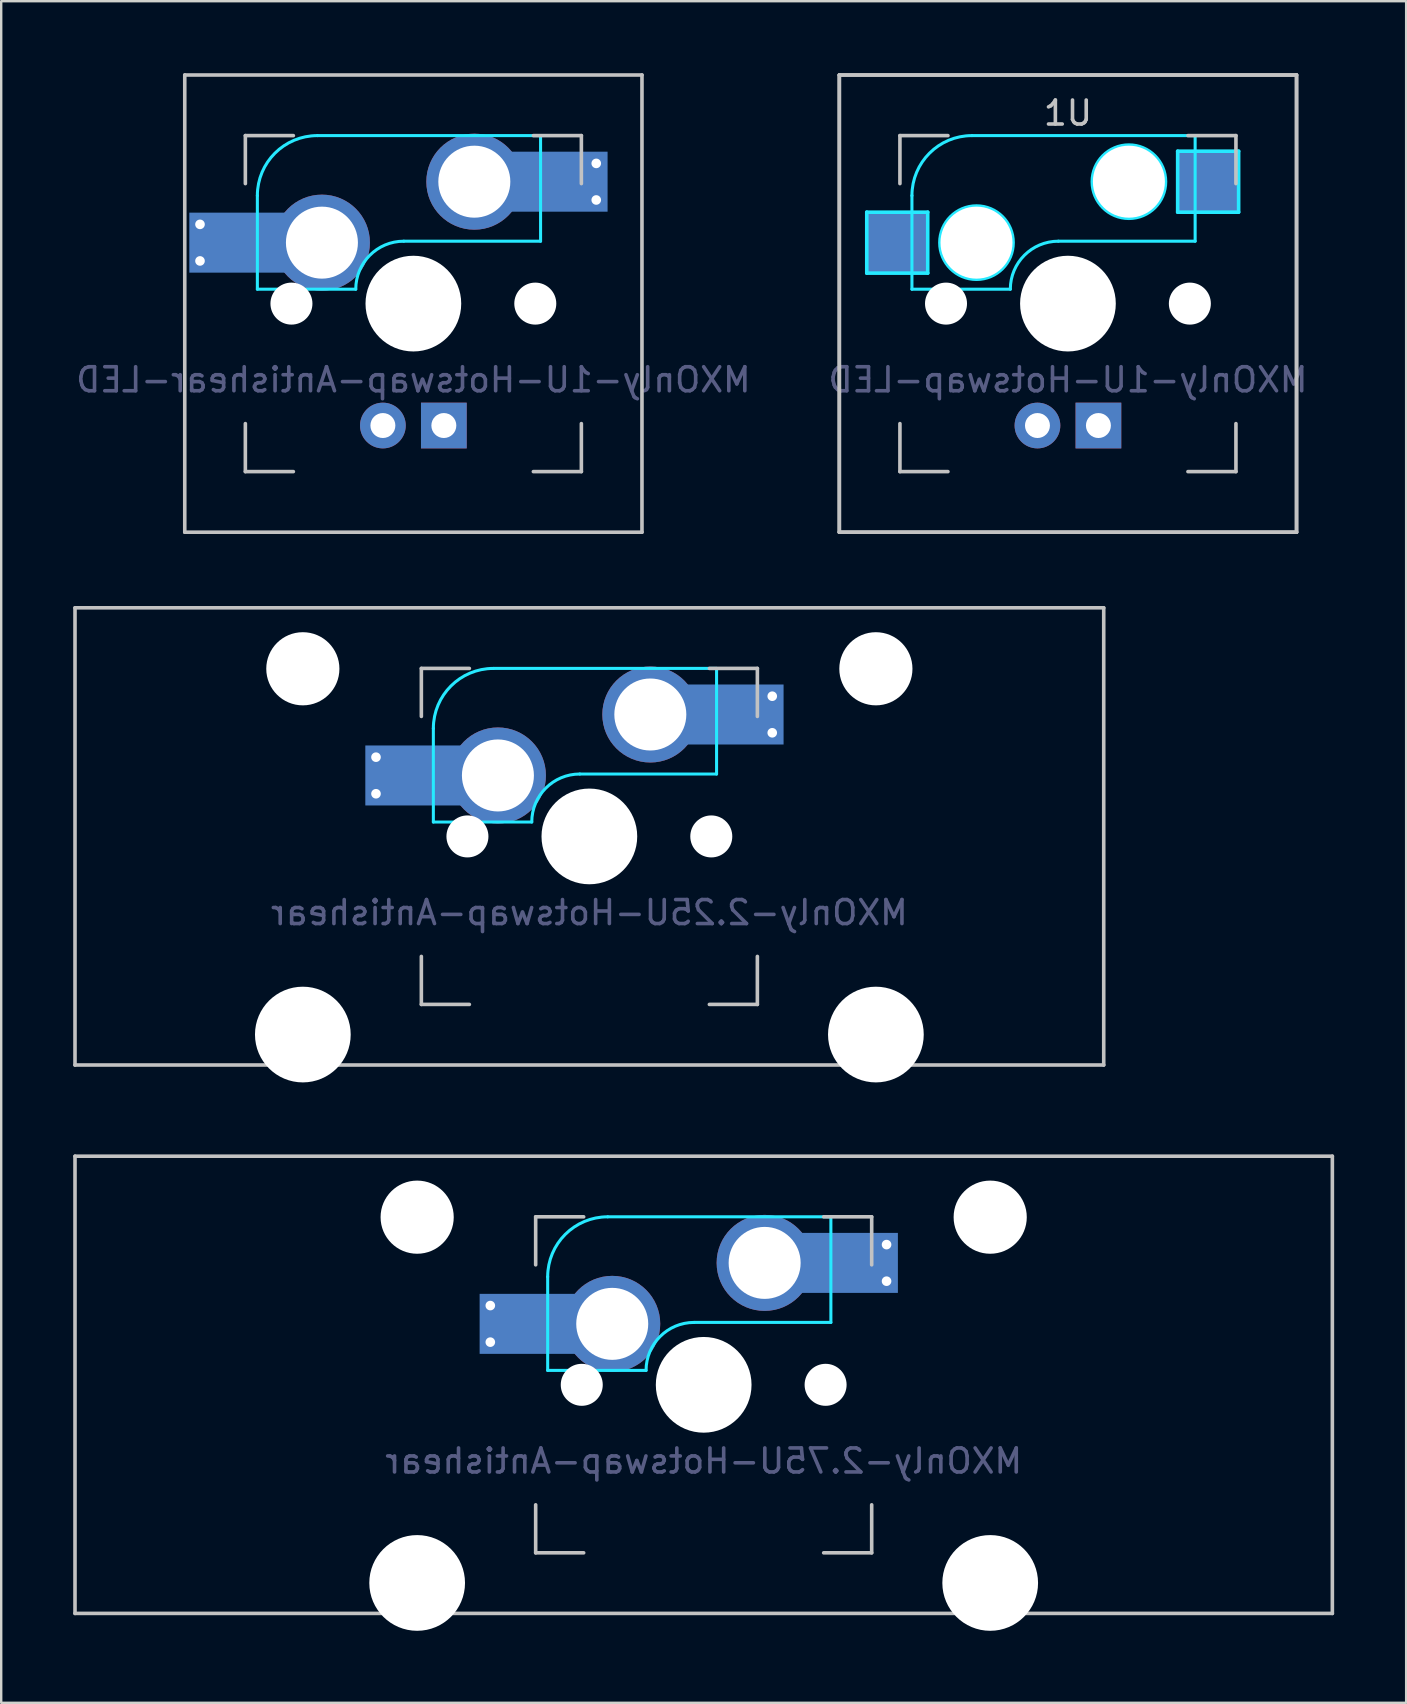
<source format=kicad_pcb>
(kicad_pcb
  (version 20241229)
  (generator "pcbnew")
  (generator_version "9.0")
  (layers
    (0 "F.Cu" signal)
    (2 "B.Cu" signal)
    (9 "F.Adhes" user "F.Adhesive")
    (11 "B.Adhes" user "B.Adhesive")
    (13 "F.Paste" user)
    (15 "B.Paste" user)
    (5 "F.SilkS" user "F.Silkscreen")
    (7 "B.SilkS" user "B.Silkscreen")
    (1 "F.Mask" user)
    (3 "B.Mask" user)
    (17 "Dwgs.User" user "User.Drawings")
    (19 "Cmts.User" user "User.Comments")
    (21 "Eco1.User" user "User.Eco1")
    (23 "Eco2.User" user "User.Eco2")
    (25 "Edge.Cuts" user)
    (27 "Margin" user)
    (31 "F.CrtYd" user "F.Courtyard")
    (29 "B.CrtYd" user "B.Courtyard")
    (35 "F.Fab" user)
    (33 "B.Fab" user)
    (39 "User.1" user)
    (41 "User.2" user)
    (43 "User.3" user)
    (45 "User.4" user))
  (footprint "MXOnly-2.75U-Hotswap-Antishear"
    (layer "F.Cu")
    (at 26.269 54.649)
    (property "Reference" "MXOnly-2.75U-Hotswap-Antishear" (at 0 3.175 0) (layer "B.Fab") (effects (font (size 1 1) (thickness 0.15)) (justify mirror)))
    (attr smd)
    (fp_line (start -26.194 -9.525) (end 26.194 -9.525) (stroke (width 0.15) (type solid)) (layer "Dwgs.User"))
    (fp_line (start -26.194 9.525) (end -26.194 -9.525) (stroke (width 0.15) (type solid)) (layer "Dwgs.User"))
    (fp_line (start -7 -7) (end -7 -5) (stroke (width 0.15) (type solid)) (layer "Dwgs.User"))
    (fp_line (start -7 5) (end -7 7) (stroke (width 0.15) (type solid)) (layer "Dwgs.User"))
    (fp_line (start -7 7) (end -5 7) (stroke (width 0.15) (type solid)) (layer "Dwgs.User"))
    (fp_line (start -5 -7) (end -7 -7) (stroke (width 0.15) (type solid)) (layer "Dwgs.User"))
    (fp_line (start 5 -7) (end 7 -7) (stroke (width 0.15) (type solid)) (layer "Dwgs.User"))
    (fp_line (start 5 7) (end 7 7) (stroke (width 0.15) (type solid)) (layer "Dwgs.User"))
    (fp_line (start 7 -7) (end 7 -5) (stroke (width 0.15) (type solid)) (layer "Dwgs.User"))
    (fp_line (start 7 7) (end 7 5) (stroke (width 0.15) (type solid)) (layer "Dwgs.User"))
    (fp_line (start 26.194 -9.525) (end 26.194 9.525) (stroke (width 0.15) (type solid)) (layer "Dwgs.User"))
    (fp_line (start 26.194 9.525) (end -26.194 9.525) (stroke (width 0.15) (type solid)) (layer "Dwgs.User"))
    (fp_line (start -6.5 -4.5) (end -6.5 -0.6) (stroke (width 0.127) (type solid)) (layer "B.CrtYd"))
    (fp_line (start -6.5 -0.6) (end -2.4 -0.6) (stroke (width 0.127) (type solid)) (layer "B.CrtYd"))
    (fp_line (start -0.4 -2.6) (end 5.3 -2.6) (stroke (width 0.127) (type solid)) (layer "B.CrtYd"))
    (fp_line (start 5.3 -7) (end -4 -7) (stroke (width 0.127) (type solid)) (layer "B.CrtYd"))
    (fp_line (start 5.3 -7) (end 5.3 -2.6) (stroke (width 0.127) (type solid)) (layer "B.CrtYd"))
    (fp_arc (start -6.5 -4.5) (mid -5.767767 -6.267767) (end -4 -7) (stroke (width 0.127) (type solid)) (layer "B.CrtYd"))
    (fp_arc (start -2.4 -0.6) (mid -1.814214 -2.014214) (end -0.4 -2.6) (stroke (width 0.127) (type solid)) (layer "B.CrtYd"))
    (pad "" np_thru_hole circle (at -11.938 -6.985) (size 3.048 3.048) (drill 3.048) (layers "*.Cu" "*.Mask"))
    (pad "" np_thru_hole circle (at -11.938 8.255) (size 3.988 3.988) (drill 3.988) (layers "*.Cu" "*.Mask"))
    (pad "" smd rect (at -7.085 -2.54) (size 2.55 2.5) (layers "B.Mask" "B.Paste"))
    (pad "" np_thru_hole circle (at -5.08 0 48.1) (size 1.75 1.75) (drill 1.75) (layers "*.Cu" "*.Mask"))
    (pad "" np_thru_hole circle (at 0 0) (size 3.988 3.988) (drill 3.988) (layers "*.Cu" "*.Mask"))
    (pad "" np_thru_hole circle (at 5.08 0 48.1) (size 1.75 1.75) (drill 1.75) (layers "*.Cu" "*.Mask"))
    (pad "" smd rect (at 5.815 -5.08) (size 2.55 2.5) (layers "B.Mask" "B.Paste"))
    (pad "" np_thru_hole circle (at 11.938 -6.985) (size 3.048 3.048) (drill 3.048) (layers "*.Cu" "*.Mask"))
    (pad "" np_thru_hole circle (at 11.938 8.255) (size 3.988 3.988) (drill 3.988) (layers "*.Cu" "*.Mask"))
    (pad "1" thru_hole circle (at -8.89 -3.302) (size 0.8 0.8) (drill 0.4) (layers "*.Cu"))
    (pad "1" thru_hole circle (at -8.89 -1.778) (size 0.8 0.8) (drill 0.4) (layers "*.Cu"))
    (pad "1" smd rect (at -7.085 -2.54) (size 4.5 2.5) (layers "B.Cu"))
    (pad "1" thru_hole circle (at -3.81 -2.54) (size 4 4) (drill 3) (layers "*.Cu"))
    (pad "2" thru_hole circle (at 2.54 -5.08) (size 4 4) (drill 3) (layers "*.Cu"))
    (pad "2" smd rect (at 5.842 -5.08) (size 4.5 2.5) (layers "B.Cu"))
    (pad "2" thru_hole circle (at 7.62 -5.842) (size 0.8 0.8) (drill 0.4) (layers "*.Cu"))
    (pad "2" thru_hole circle (at 7.62 -4.318) (size 0.8 0.8) (drill 0.4) (layers "*.Cu")))
  (footprint "MXOnly-1U-Hotswap-Antishear-LED"
    (layer "F.Cu")
    (at 14.173 9.6)
    (property "Reference" "MXOnly-1U-Hotswap-Antishear-LED" (at 0 3.175 0) (layer "B.Fab") (effects (font (size 1 1) (thickness 0.15)) (justify mirror)))
    (attr through_hole)
    (fp_line (start -9.525 -9.525) (end 9.525 -9.525) (stroke (width 0.15) (type solid)) (layer "Dwgs.User"))
    (fp_line (start -9.525 9.525) (end -9.525 -9.525) (stroke (width 0.15) (type solid)) (layer "Dwgs.User"))
    (fp_line (start -7 -7) (end -7 -5) (stroke (width 0.15) (type solid)) (layer "Dwgs.User"))
    (fp_line (start -7 5) (end -7 7) (stroke (width 0.15) (type solid)) (layer "Dwgs.User"))
    (fp_line (start -7 7) (end -5 7) (stroke (width 0.15) (type solid)) (layer "Dwgs.User"))
    (fp_line (start -5 -7) (end -7 -7) (stroke (width 0.15) (type solid)) (layer "Dwgs.User"))
    (fp_line (start 5 -7) (end 7 -7) (stroke (width 0.15) (type solid)) (layer "Dwgs.User"))
    (fp_line (start 5 7) (end 7 7) (stroke (width 0.15) (type solid)) (layer "Dwgs.User"))
    (fp_line (start 7 -7) (end 7 -5) (stroke (width 0.15) (type solid)) (layer "Dwgs.User"))
    (fp_line (start 7 7) (end 7 5) (stroke (width 0.15) (type solid)) (layer "Dwgs.User"))
    (fp_line (start 9.525 -9.525) (end 9.525 9.525) (stroke (width 0.15) (type solid)) (layer "Dwgs.User"))
    (fp_line (start 9.525 9.525) (end -9.525 9.525) (stroke (width 0.15) (type solid)) (layer "Dwgs.User"))
    (fp_line (start -6.5 -4.5) (end -6.5 -0.6) (stroke (width 0.127) (type solid)) (layer "B.CrtYd"))
    (fp_line (start -6.5 -0.6) (end -2.4 -0.6) (stroke (width 0.127) (type solid)) (layer "B.CrtYd"))
    (fp_line (start -0.4 -2.6) (end 5.3 -2.6) (stroke (width 0.127) (type solid)) (layer "B.CrtYd"))
    (fp_line (start 5.3 -7) (end -4 -7) (stroke (width 0.127) (type solid)) (layer "B.CrtYd"))
    (fp_line (start 5.3 -7) (end 5.3 -2.6) (stroke (width 0.127) (type solid)) (layer "B.CrtYd"))
    (fp_arc (start -6.5 -4.5) (mid -5.767767 -6.267767) (end -4 -7) (stroke (width 0.127) (type solid)) (layer "B.CrtYd"))
    (fp_arc (start -2.4 -0.6) (mid -1.814214 -2.014214) (end -0.4 -2.6) (stroke (width 0.127) (type solid)) (layer "B.CrtYd"))
    (pad "" smd rect (at -7.085 -2.54) (size 2.55 2.5) (layers "B.Mask" "B.Paste"))
    (pad "" np_thru_hole circle (at -5.08 0 48.1) (size 1.75 1.75) (drill 1.75) (layers "*.Cu" "*.Mask"))
    (pad "" np_thru_hole circle (at 0 0) (size 3.988 3.988) (drill 3.988) (layers "*.Cu" "*.Mask"))
    (pad "" np_thru_hole circle (at 5.08 0 48.1) (size 1.75 1.75) (drill 1.75) (layers "*.Cu" "*.Mask"))
    (pad "" smd rect (at 5.815 -5.08) (size 2.55 2.5) (layers "B.Mask" "B.Paste"))
    (pad "1" thru_hole circle (at -8.89 -3.302) (size 0.8 0.8) (drill 0.4) (layers "*.Cu"))
    (pad "1" thru_hole circle (at -8.89 -1.778) (size 0.8 0.8) (drill 0.4) (layers "*.Cu"))
    (pad "1" smd rect (at -7.085 -2.54) (size 4.5 2.5) (layers "B.Cu"))
    (pad "1" thru_hole circle (at -3.81 -2.54) (size 4 4) (drill 3) (layers "*.Cu"))
    (pad "2" thru_hole circle (at 2.54 -5.08) (size 4 4) (drill 3) (layers "*.Cu"))
    (pad "2" smd rect (at 5.842 -5.08) (size 4.5 2.5) (layers "B.Cu"))
    (pad "2" thru_hole circle (at 7.62 -5.842) (size 0.8 0.8) (drill 0.4) (layers "*.Cu"))
    (pad "2" thru_hole circle (at 7.62 -4.318) (size 0.8 0.8) (drill 0.4) (layers "*.Cu"))
    (pad "3" thru_hole circle (at -1.27 5.08) (size 1.905 1.905) (drill 1.04) (layers "*.Cu" "B.Mask"))
    (pad "4" thru_hole rect (at 1.27 5.08) (size 1.905 1.905) (drill 1.04) (layers "*.Cu" "B.Mask")))
  (footprint "MXOnly-2.25U-Hotswap-Antishear"
    (layer "F.Cu")
    (at 21.506 31.8)
    (property "Reference" "MXOnly-2.25U-Hotswap-Antishear" (at 0 3.175 0) (layer "B.Fab") (effects (font (size 1 1) (thickness 0.15)) (justify mirror)))
    (attr smd)
    (fp_line (start -21.431 -9.525) (end 21.431 -9.525) (stroke (width 0.15) (type solid)) (layer "Dwgs.User"))
    (fp_line (start -21.431 9.525) (end -21.431 -9.525) (stroke (width 0.15) (type solid)) (layer "Dwgs.User"))
    (fp_line (start -7 -7) (end -7 -5) (stroke (width 0.15) (type solid)) (layer "Dwgs.User"))
    (fp_line (start -7 5) (end -7 7) (stroke (width 0.15) (type solid)) (layer "Dwgs.User"))
    (fp_line (start -7 7) (end -5 7) (stroke (width 0.15) (type solid)) (layer "Dwgs.User"))
    (fp_line (start -5 -7) (end -7 -7) (stroke (width 0.15) (type solid)) (layer "Dwgs.User"))
    (fp_line (start 5 -7) (end 7 -7) (stroke (width 0.15) (type solid)) (layer "Dwgs.User"))
    (fp_line (start 5 7) (end 7 7) (stroke (width 0.15) (type solid)) (layer "Dwgs.User"))
    (fp_line (start 7 -7) (end 7 -5) (stroke (width 0.15) (type solid)) (layer "Dwgs.User"))
    (fp_line (start 7 7) (end 7 5) (stroke (width 0.15) (type solid)) (layer "Dwgs.User"))
    (fp_line (start 21.431 -9.525) (end 21.431 9.525) (stroke (width 0.15) (type solid)) (layer "Dwgs.User"))
    (fp_line (start 21.431 9.525) (end -21.431 9.525) (stroke (width 0.15) (type solid)) (layer "Dwgs.User"))
    (fp_line (start -6.5 -4.5) (end -6.5 -0.6) (stroke (width 0.127) (type solid)) (layer "B.CrtYd"))
    (fp_line (start -6.5 -0.6) (end -2.4 -0.6) (stroke (width 0.127) (type solid)) (layer "B.CrtYd"))
    (fp_line (start -0.4 -2.6) (end 5.3 -2.6) (stroke (width 0.127) (type solid)) (layer "B.CrtYd"))
    (fp_line (start 5.3 -7) (end -4 -7) (stroke (width 0.127) (type solid)) (layer "B.CrtYd"))
    (fp_line (start 5.3 -7) (end 5.3 -2.6) (stroke (width 0.127) (type solid)) (layer "B.CrtYd"))
    (fp_arc (start -6.5 -4.5) (mid -5.767767 -6.267767) (end -4 -7) (stroke (width 0.127) (type solid)) (layer "B.CrtYd"))
    (fp_arc (start -2.4 -0.6) (mid -1.814214 -2.014214) (end -0.4 -2.6) (stroke (width 0.127) (type solid)) (layer "B.CrtYd"))
    (pad "" np_thru_hole circle (at -11.938 -6.985) (size 3.048 3.048) (drill 3.048) (layers "*.Cu" "*.Mask"))
    (pad "" np_thru_hole circle (at -11.938 8.255) (size 3.988 3.988) (drill 3.988) (layers "*.Cu" "*.Mask"))
    (pad "" smd rect (at -7.085 -2.54) (size 2.55 2.5) (layers "B.Mask" "B.Paste"))
    (pad "" np_thru_hole circle (at -5.08 0 48.1) (size 1.75 1.75) (drill 1.75) (layers "*.Cu" "*.Mask"))
    (pad "" np_thru_hole circle (at 0 0) (size 3.988 3.988) (drill 3.988) (layers "*.Cu" "*.Mask"))
    (pad "" np_thru_hole circle (at 5.08 0 48.1) (size 1.75 1.75) (drill 1.75) (layers "*.Cu" "*.Mask"))
    (pad "" smd rect (at 5.815 -5.08) (size 2.55 2.5) (layers "B.Mask" "B.Paste"))
    (pad "" np_thru_hole circle (at 11.938 -6.985) (size 3.048 3.048) (drill 3.048) (layers "*.Cu" "*.Mask"))
    (pad "" np_thru_hole circle (at 11.938 8.255) (size 3.988 3.988) (drill 3.988) (layers "*.Cu" "*.Mask"))
    (pad "1" thru_hole circle (at -8.89 -3.302) (size 0.8 0.8) (drill 0.4) (layers "*.Cu"))
    (pad "1" thru_hole circle (at -8.89 -1.778) (size 0.8 0.8) (drill 0.4) (layers "*.Cu"))
    (pad "1" smd rect (at -7.085 -2.54) (size 4.5 2.5) (layers "B.Cu"))
    (pad "1" thru_hole circle (at -3.81 -2.54) (size 4 4) (drill 3) (layers "*.Cu"))
    (pad "2" thru_hole circle (at 2.54 -5.08) (size 4 4) (drill 3) (layers "*.Cu"))
    (pad "2" smd rect (at 5.842 -5.08) (size 4.5 2.5) (layers "B.Cu"))
    (pad "2" thru_hole circle (at 7.62 -5.842) (size 0.8 0.8) (drill 0.4) (layers "*.Cu"))
    (pad "2" thru_hole circle (at 7.62 -4.318) (size 0.8 0.8) (drill 0.4) (layers "*.Cu")))
  (footprint "MXOnly-1U-Hotswap-LED"
    (layer "F.Cu")
    (at 41.446 9.6)
    (property "Reference" "MXOnly-1U-Hotswap-LED" (at 0 3.175 0) (layer "B.Fab") (effects (font (size 1 1) (thickness 0.15)) (justify mirror)))
    (attr through_hole)
    (fp_line (start -9.525 -9.525) (end 9.525 -9.525) (stroke (width 0.15) (type solid)) (layer "Dwgs.User"))
    (fp_line (start -9.525 -9.525) (end 9.525 -9.525) (stroke (width 0.15) (type solid)) (layer "Dwgs.User"))
    (fp_line (start -9.525 9.525) (end -9.525 -9.525) (stroke (width 0.15) (type solid)) (layer "Dwgs.User"))
    (fp_line (start -9.525 9.525) (end -9.525 -9.525) (stroke (width 0.15) (type solid)) (layer "Dwgs.User"))
    (fp_line (start -7 -7) (end -7 -5) (stroke (width 0.15) (type solid)) (layer "Dwgs.User"))
    (fp_line (start -7 5) (end -7 7) (stroke (width 0.15) (type solid)) (layer "Dwgs.User"))
    (fp_line (start -7 7) (end -5 7) (stroke (width 0.15) (type solid)) (layer "Dwgs.User"))
    (fp_line (start -5 -7) (end -7 -7) (stroke (width 0.15) (type solid)) (layer "Dwgs.User"))
    (fp_line (start 5 -7) (end 7 -7) (stroke (width 0.15) (type solid)) (layer "Dwgs.User"))
    (fp_line (start 5 7) (end 7 7) (stroke (width 0.15) (type solid)) (layer "Dwgs.User"))
    (fp_line (start 7 -7) (end 7 -5) (stroke (width 0.15) (type solid)) (layer "Dwgs.User"))
    (fp_line (start 7 7) (end 7 5) (stroke (width 0.15) (type solid)) (layer "Dwgs.User"))
    (fp_line (start 9.525 -9.525) (end 9.525 9.525) (stroke (width 0.15) (type solid)) (layer "Dwgs.User"))
    (fp_line (start 9.525 -9.525) (end 9.525 9.525) (stroke (width 0.15) (type solid)) (layer "Dwgs.User"))
    (fp_line (start 9.525 9.525) (end -9.525 9.525) (stroke (width 0.15) (type solid)) (layer "Dwgs.User"))
    (fp_line (start 9.525 9.525) (end -9.525 9.525) (stroke (width 0.15) (type solid)) (layer "Dwgs.User"))
    (fp_line (start -8.382 -3.81) (end -8.382 -1.27) (stroke (width 0.15) (type solid)) (layer "B.CrtYd"))
    (fp_line (start -8.382 -1.27) (end -5.842 -1.27) (stroke (width 0.15) (type solid)) (layer "B.CrtYd"))
    (fp_line (start -6.5 -4.5) (end -6.5 -0.6) (stroke (width 0.127) (type solid)) (layer "B.CrtYd"))
    (fp_line (start -6.5 -0.6) (end -2.4 -0.6) (stroke (width 0.127) (type solid)) (layer "B.CrtYd"))
    (fp_line (start -5.842 -3.81) (end -8.382 -3.81) (stroke (width 0.15) (type solid)) (layer "B.CrtYd"))
    (fp_line (start -5.842 -1.27) (end -5.842 -3.81) (stroke (width 0.15) (type solid)) (layer "B.CrtYd"))
    (fp_line (start -0.4 -2.6) (end 5.3 -2.6) (stroke (width 0.127) (type solid)) (layer "B.CrtYd"))
    (fp_line (start 4.572 -6.35) (end 7.112 -6.35) (stroke (width 0.15) (type solid)) (layer "B.CrtYd"))
    (fp_line (start 4.572 -3.81) (end 4.572 -6.35) (stroke (width 0.15) (type solid)) (layer "B.CrtYd"))
    (fp_line (start 5.3 -7) (end -4 -7) (stroke (width 0.127) (type solid)) (layer "B.CrtYd"))
    (fp_line (start 5.3 -7) (end 5.3 -2.6) (stroke (width 0.127) (type solid)) (layer "B.CrtYd"))
    (fp_line (start 7.112 -6.35) (end 7.112 -3.81) (stroke (width 0.15) (type solid)) (layer "B.CrtYd"))
    (fp_line (start 7.112 -3.81) (end 4.572 -3.81) (stroke (width 0.15) (type solid)) (layer "B.CrtYd"))
    (fp_arc (start -6.5 -4.5) (mid -5.767767 -6.267767) (end -4 -7) (stroke (width 0.127) (type solid)) (layer "B.CrtYd"))
    (fp_arc (start -2.4 -0.6) (mid -1.814214 -2.014214) (end -0.4 -2.6) (stroke (width 0.127) (type solid)) (layer "B.CrtYd"))
    (fp_circle (center -3.81 -2.54) (end -3.81 -4.064) (stroke (width 0.15) (type solid)) (fill no) (layer "B.CrtYd"))
    (fp_circle (center 2.54 -5.08) (end 2.54 -6.604) (stroke (width 0.15) (type solid)) (fill no) (layer "B.CrtYd"))
    (fp_text user "1U" (at 0 -7.938 0) (layer "Dwgs.User") (effects (font (size 1 1) (thickness 0.15))))
    (pad "" np_thru_hole circle (at -5.08 0 48.1) (size 1.75 1.75) (drill 1.75) (layers "*.Cu" "*.Mask"))
    (pad "" np_thru_hole circle (at -3.81 -2.54) (size 3 3) (drill 3) (layers "*.Cu" "*.Mask"))
    (pad "" np_thru_hole circle (at 0 0) (size 3.988 3.988) (drill 3.988) (layers "*.Cu" "*.Mask"))
    (pad "" np_thru_hole circle (at 2.54 -5.08) (size 3 3) (drill 3) (layers "*.Cu" "*.Mask"))
    (pad "" np_thru_hole circle (at 5.08 0 48.1) (size 1.75 1.75) (drill 1.75) (layers "*.Cu" "*.Mask"))
    (pad "1" smd rect (at -7.085 -2.54) (size 2.55 2.5) (layers "B.Cu" "B.Mask" "B.Paste"))
    (pad "2" smd rect (at 5.842 -5.08) (size 2.55 2.5) (layers "B.Cu" "B.Mask" "B.Paste"))
    (pad "3" thru_hole circle (at -1.27 5.08) (size 1.905 1.905) (drill 1.04) (layers "*.Cu" "B.Mask"))
    (pad "4" thru_hole rect (at 1.27 5.08) (size 1.905 1.905) (drill 1.04) (layers "*.Cu" "B.Mask")))
  (gr_rect
    (start -3 -3)
    (end 55.538 67.898)
    (stroke (width 0.1) (type default))
    (fill no)
    (layer "Edge.Cuts")))
</source>
